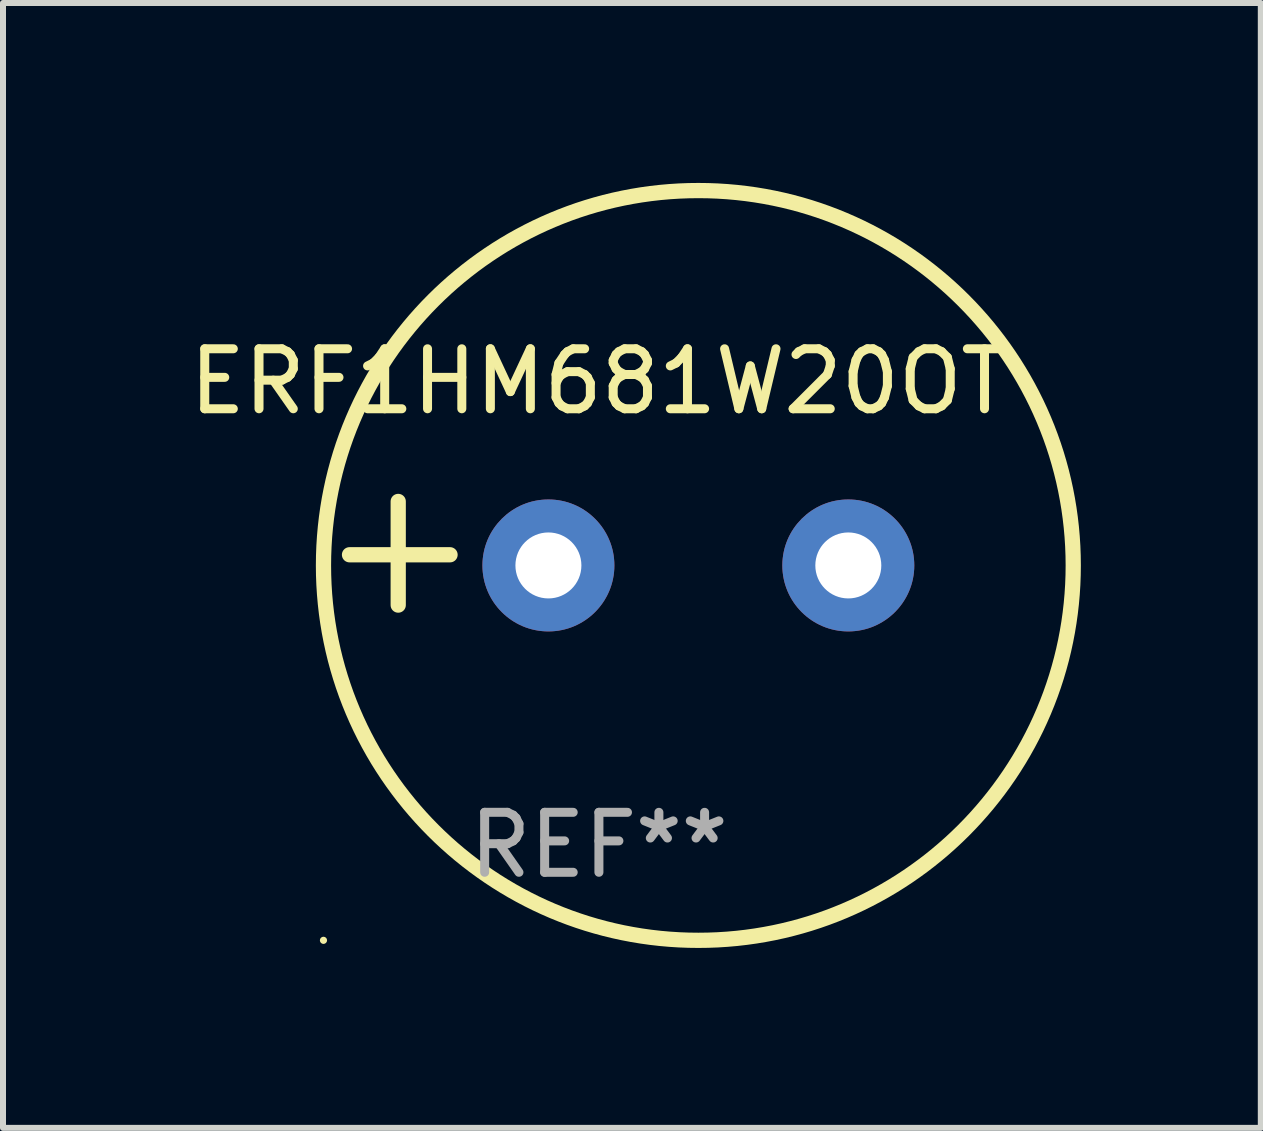
<source format=kicad_pcb>
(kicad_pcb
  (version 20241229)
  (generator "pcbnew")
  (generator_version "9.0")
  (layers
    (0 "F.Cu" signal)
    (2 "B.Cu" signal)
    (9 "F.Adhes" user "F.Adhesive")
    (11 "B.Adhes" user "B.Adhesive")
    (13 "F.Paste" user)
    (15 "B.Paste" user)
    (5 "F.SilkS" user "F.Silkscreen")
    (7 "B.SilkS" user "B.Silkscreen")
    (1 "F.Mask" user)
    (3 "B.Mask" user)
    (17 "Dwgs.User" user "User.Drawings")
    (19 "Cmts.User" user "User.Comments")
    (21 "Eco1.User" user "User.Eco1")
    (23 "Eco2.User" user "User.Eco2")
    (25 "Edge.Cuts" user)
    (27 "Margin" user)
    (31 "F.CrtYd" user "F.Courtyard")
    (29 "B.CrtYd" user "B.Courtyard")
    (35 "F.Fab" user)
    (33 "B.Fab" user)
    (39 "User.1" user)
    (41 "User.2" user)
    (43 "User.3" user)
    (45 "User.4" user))
  (footprint "ERF1HM681W20OT"
    (layer "F.Cu")
    (at 6.935 6.174)
    (property "Reference" "ERF1HM681W20OT" (at 0 -2.864 0) (layer "F.SilkS") (effects (font (size 1 1) (thickness 0.15))))
    (attr through_hole)
    (fp_line (start -3.346 0.864) (end -3.346 -0.864) (stroke (width 0.254) (type solid)) (layer "F.SilkS"))
    (fp_line (start -2.482 0.025) (end -4.158 0.025) (stroke (width 0.254) (type solid)) (layer "F.SilkS"))
    (fp_circle (center -4.592 6.453) (end -4.562 6.453) (stroke (width 0.06) (type solid)) (fill no) (layer "F.SilkS"))
    (fp_circle (center 1.658 0.203) (end 7.908 0.203) (stroke (width 0.254) (type solid)) (fill no) (layer "F.SilkS"))
    (fp_text user "REF**" (at 0 4.864 0) (layer "F.Fab") (effects (font (size 1 1) (thickness 0.15))))
    (pad "1" thru_hole circle (at -0.842 0.203) (size 2.2 2.2) (drill 1.1) (layers "*.Cu" "*.Mask"))
    (pad "2" thru_hole circle (at 4.158 0.203) (size 2.2 2.2) (drill 1.1) (layers "*.Cu" "*.Mask")))
  (gr_rect
    (start -3 -3)
    (end 17.97 15.754)
    (stroke (width 0.1) (type default))
    (fill no)
    (layer "Edge.Cuts")))
</source>
